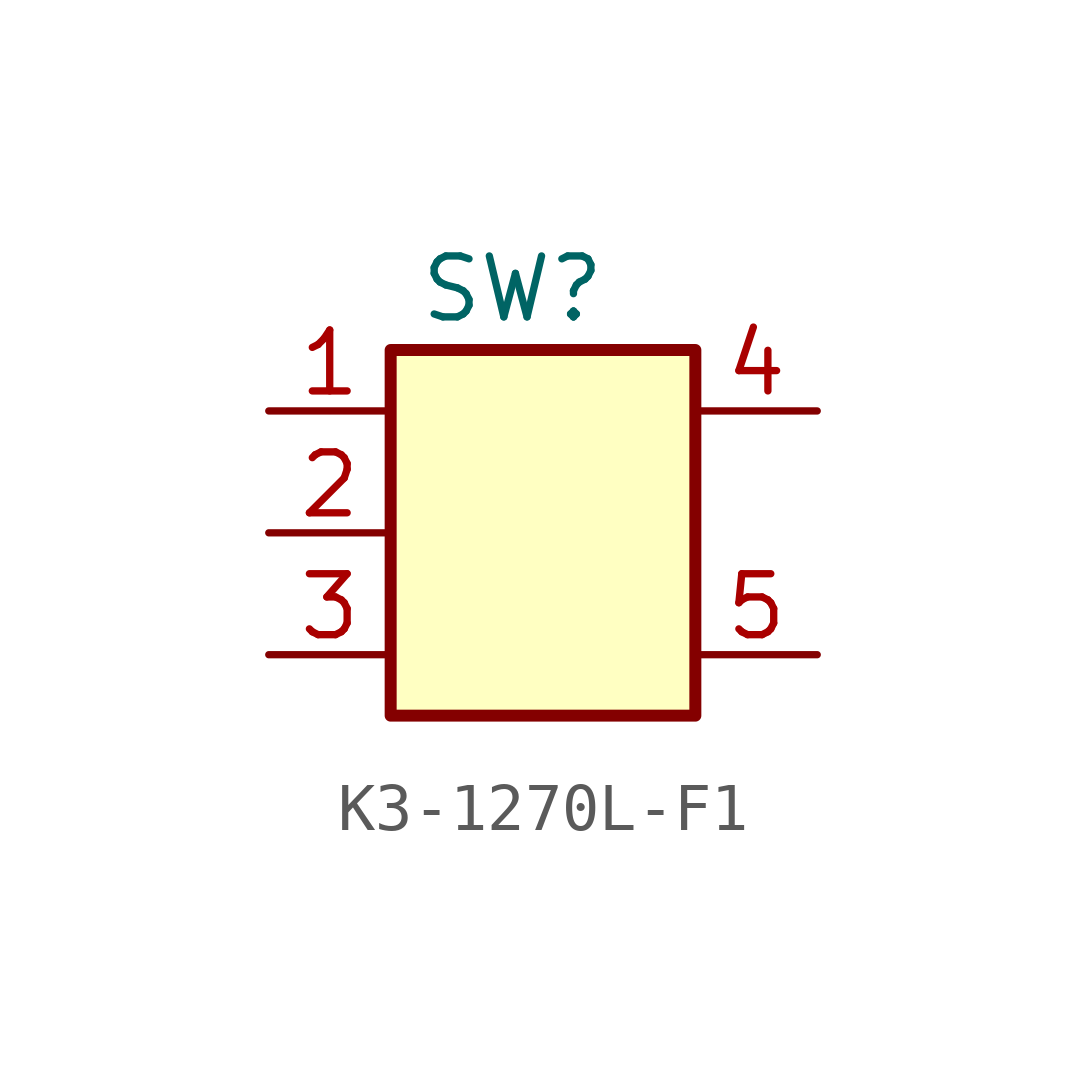
<source format=kicad_sym>
(kicad_symbol_lib
  (version 20220914)
  (generator kicad_symbol_editor)
  (symbol "K3-1270L-F1"
    (property "Reference" "SW"
      (at 0 5.08 0)
      (effects (font (size 1.27 1.27))))
    (property "Value" ""
      (at 0 0 0)
      (effects (font (size 1.27 1.27))))
    (symbol "K3-1270L-F1_1_1"
      (rectangle (start -2.54 3.81) (end 3.81 -3.81) (stroke (width 0.25) (type default)) (fill (type color) (color 255 255 194 1)))
      (pin passive line (at -5.08 2.54 0) (length 2.54) (name "" (effects (font (size 1.27 1.27)))) (number "1" (effects (font (size 1.27 1.27)))))
      (pin passive line (at -5.08 0 0) (length 2.54) (name "" (effects (font (size 1.27 1.27)))) (number "2" (effects (font (size 1.27 1.27)))))
      (pin passive line (at -5.08 -2.54 0) (length 2.54) (name "" (effects (font (size 1.27 1.27)))) (number "3" (effects (font (size 1.27 1.27)))))
      (pin passive line (at 6.35 2.54 180) (length 2.54) (name "" (effects (font (size 1.27 1.27)))) (number "4" (effects (font (size 1.27 1.27)))))
      (pin passive line (at 6.35 -2.54 180) (length 2.54) (name "" (effects (font (size 1.27 1.27)))) (number "5" (effects (font (size 1.27 1.27))))))))
</source>
